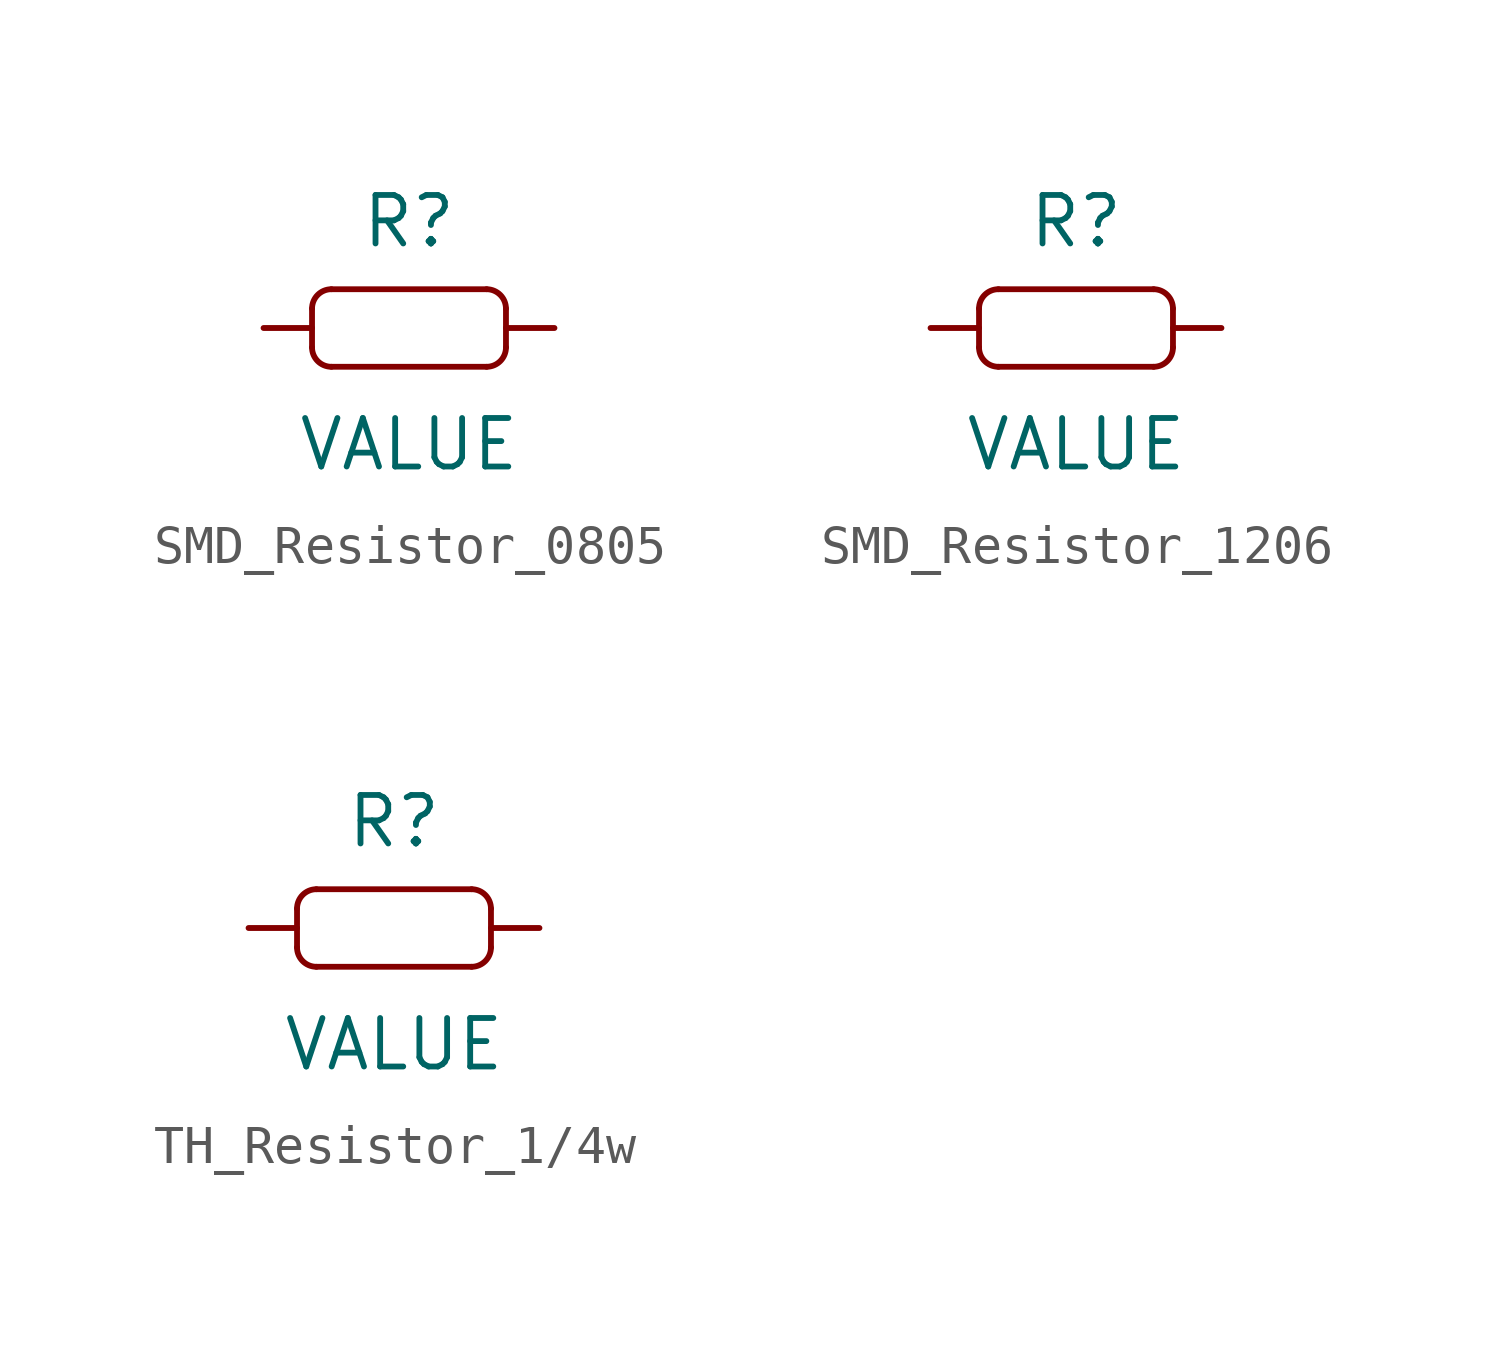
<source format=kicad_sym>
(kicad_symbol_lib
  (version 20231120)
  (generator "kicad_symbol_editor")
  (generator_version "8.0")
  (symbol "SMD_Resistor_0805"
    (pin_numbers hide)
    (pin_names
      (offset 0))
    (property "Reference" "R"
      (at 0 2.794 0)
      (do_not_autoplace)
      (effects (font (size 1.27 1.27))))
    (property "Value" "VALUE"
      (at 0 -3.048 0)
      (do_not_autoplace)
      (effects (font (size 1.27 1.27))))
    (symbol "SMD_Resistor_0805_0_1"
      (arc (start -2.54 -0.508) (mid -2.3912 -0.8672) (end -2.032 -1.016) (stroke (width 0) (type default)) (fill (type none)))
      (arc (start -2.032 1.016) (mid -2.3912 0.8672) (end -2.54 0.508) (stroke (width 0) (type default)) (fill (type none)))
      (polyline (pts (xy -2.54 0.508) (xy -2.54 -0.508)) (stroke (width 0) (type default)) (fill (type none)))
      (polyline (pts (xy -2.032 -1.016) (xy 2.032 -1.016)) (stroke (width 0) (type default)) (fill (type none)))
      (polyline (pts (xy -2.032 1.016) (xy 2.032 1.016)) (stroke (width 0) (type default)) (fill (type none)))
      (polyline (pts (xy 2.54 0.508) (xy 2.54 -0.508)) (stroke (width 0) (type default)) (fill (type none)))
      (arc (start 2.032 -1.016) (mid 2.3912 -0.8672) (end 2.54 -0.508) (stroke (width 0) (type default)) (fill (type none)))
      (arc (start 2.54 0.508) (mid 2.3912 0.8672) (end 2.032 1.016) (stroke (width 0) (type default)) (fill (type none))))
    (symbol "SMD_Resistor_0805_1_1"
      (pin passive line (at 3.81 0 180) (length 1.27) (name "~" (effects (font (size 1.27 1.27)))) (number "1" (effects (font (size 1.27 1.27)))))
      (pin passive line (at -3.81 0 0) (length 1.27) (name "~" (effects (font (size 1.27 1.27)))) (number "2" (effects (font (size 1.27 1.27)))))))
  (symbol "SMD_Resistor_1206"
    (pin_numbers hide)
    (pin_names
      (offset 0))
    (property "Reference" "R"
      (at 0 2.794 0)
      (do_not_autoplace)
      (effects (font (size 1.27 1.27))))
    (property "Value" "VALUE"
      (at 0 -3.048 0)
      (do_not_autoplace)
      (effects (font (size 1.27 1.27))))
    (symbol "SMD_Resistor_1206_0_1"
      (arc (start -2.54 -0.508) (mid -2.3912 -0.8672) (end -2.032 -1.016) (stroke (width 0) (type default)) (fill (type none)))
      (arc (start -2.032 1.016) (mid -2.3912 0.8672) (end -2.54 0.508) (stroke (width 0) (type default)) (fill (type none)))
      (polyline (pts (xy -2.54 0.508) (xy -2.54 -0.508)) (stroke (width 0) (type default)) (fill (type none)))
      (polyline (pts (xy -2.032 -1.016) (xy 2.032 -1.016)) (stroke (width 0) (type default)) (fill (type none)))
      (polyline (pts (xy -2.032 1.016) (xy 2.032 1.016)) (stroke (width 0) (type default)) (fill (type none)))
      (polyline (pts (xy 2.54 0.508) (xy 2.54 -0.508)) (stroke (width 0) (type default)) (fill (type none)))
      (arc (start 2.032 -1.016) (mid 2.3912 -0.8672) (end 2.54 -0.508) (stroke (width 0) (type default)) (fill (type none)))
      (arc (start 2.54 0.508) (mid 2.3912 0.8672) (end 2.032 1.016) (stroke (width 0) (type default)) (fill (type none))))
    (symbol "SMD_Resistor_1206_1_1"
      (pin passive line (at 3.81 0 180) (length 1.27) (name "~" (effects (font (size 1.27 1.27)))) (number "1" (effects (font (size 1.27 1.27)))))
      (pin passive line (at -3.81 0 0) (length 1.27) (name "~" (effects (font (size 1.27 1.27)))) (number "2" (effects (font (size 1.27 1.27)))))))
  (symbol "TH_Resistor_1/4w"
    (pin_numbers hide)
    (pin_names
      (offset 0))
    (property "Reference" "R"
      (at 0 2.794 0)
      (do_not_autoplace)
      (effects (font (size 1.27 1.27))))
    (property "Value" "VALUE"
      (at 0 -3.048 0)
      (do_not_autoplace)
      (effects (font (size 1.27 1.27))))
    (symbol "TH_Resistor_1/4w_0_1"
      (arc (start -2.54 -0.508) (mid -2.3912 -0.8672) (end -2.032 -1.016) (stroke (width 0) (type default)) (fill (type none)))
      (arc (start -2.032 1.016) (mid -2.3912 0.8672) (end -2.54 0.508) (stroke (width 0) (type default)) (fill (type none)))
      (polyline (pts (xy -2.54 0.508) (xy -2.54 -0.508)) (stroke (width 0) (type default)) (fill (type none)))
      (polyline (pts (xy -2.032 -1.016) (xy 2.032 -1.016)) (stroke (width 0) (type default)) (fill (type none)))
      (polyline (pts (xy -2.032 1.016) (xy 2.032 1.016)) (stroke (width 0) (type default)) (fill (type none)))
      (polyline (pts (xy 2.54 0.508) (xy 2.54 -0.508)) (stroke (width 0) (type default)) (fill (type none)))
      (arc (start 2.032 -1.016) (mid 2.3912 -0.8672) (end 2.54 -0.508) (stroke (width 0) (type default)) (fill (type none)))
      (arc (start 2.54 0.508) (mid 2.3912 0.8672) (end 2.032 1.016) (stroke (width 0) (type default)) (fill (type none))))
    (symbol "TH_Resistor_1/4w_1_1"
      (pin passive line (at 3.81 0 180) (length 1.27) (name "~" (effects (font (size 1.27 1.27)))) (number "1" (effects (font (size 1.27 1.27)))))
      (pin passive line (at -3.81 0 0) (length 1.27) (name "~" (effects (font (size 1.27 1.27)))) (number "2" (effects (font (size 1.27 1.27))))))))
</source>
